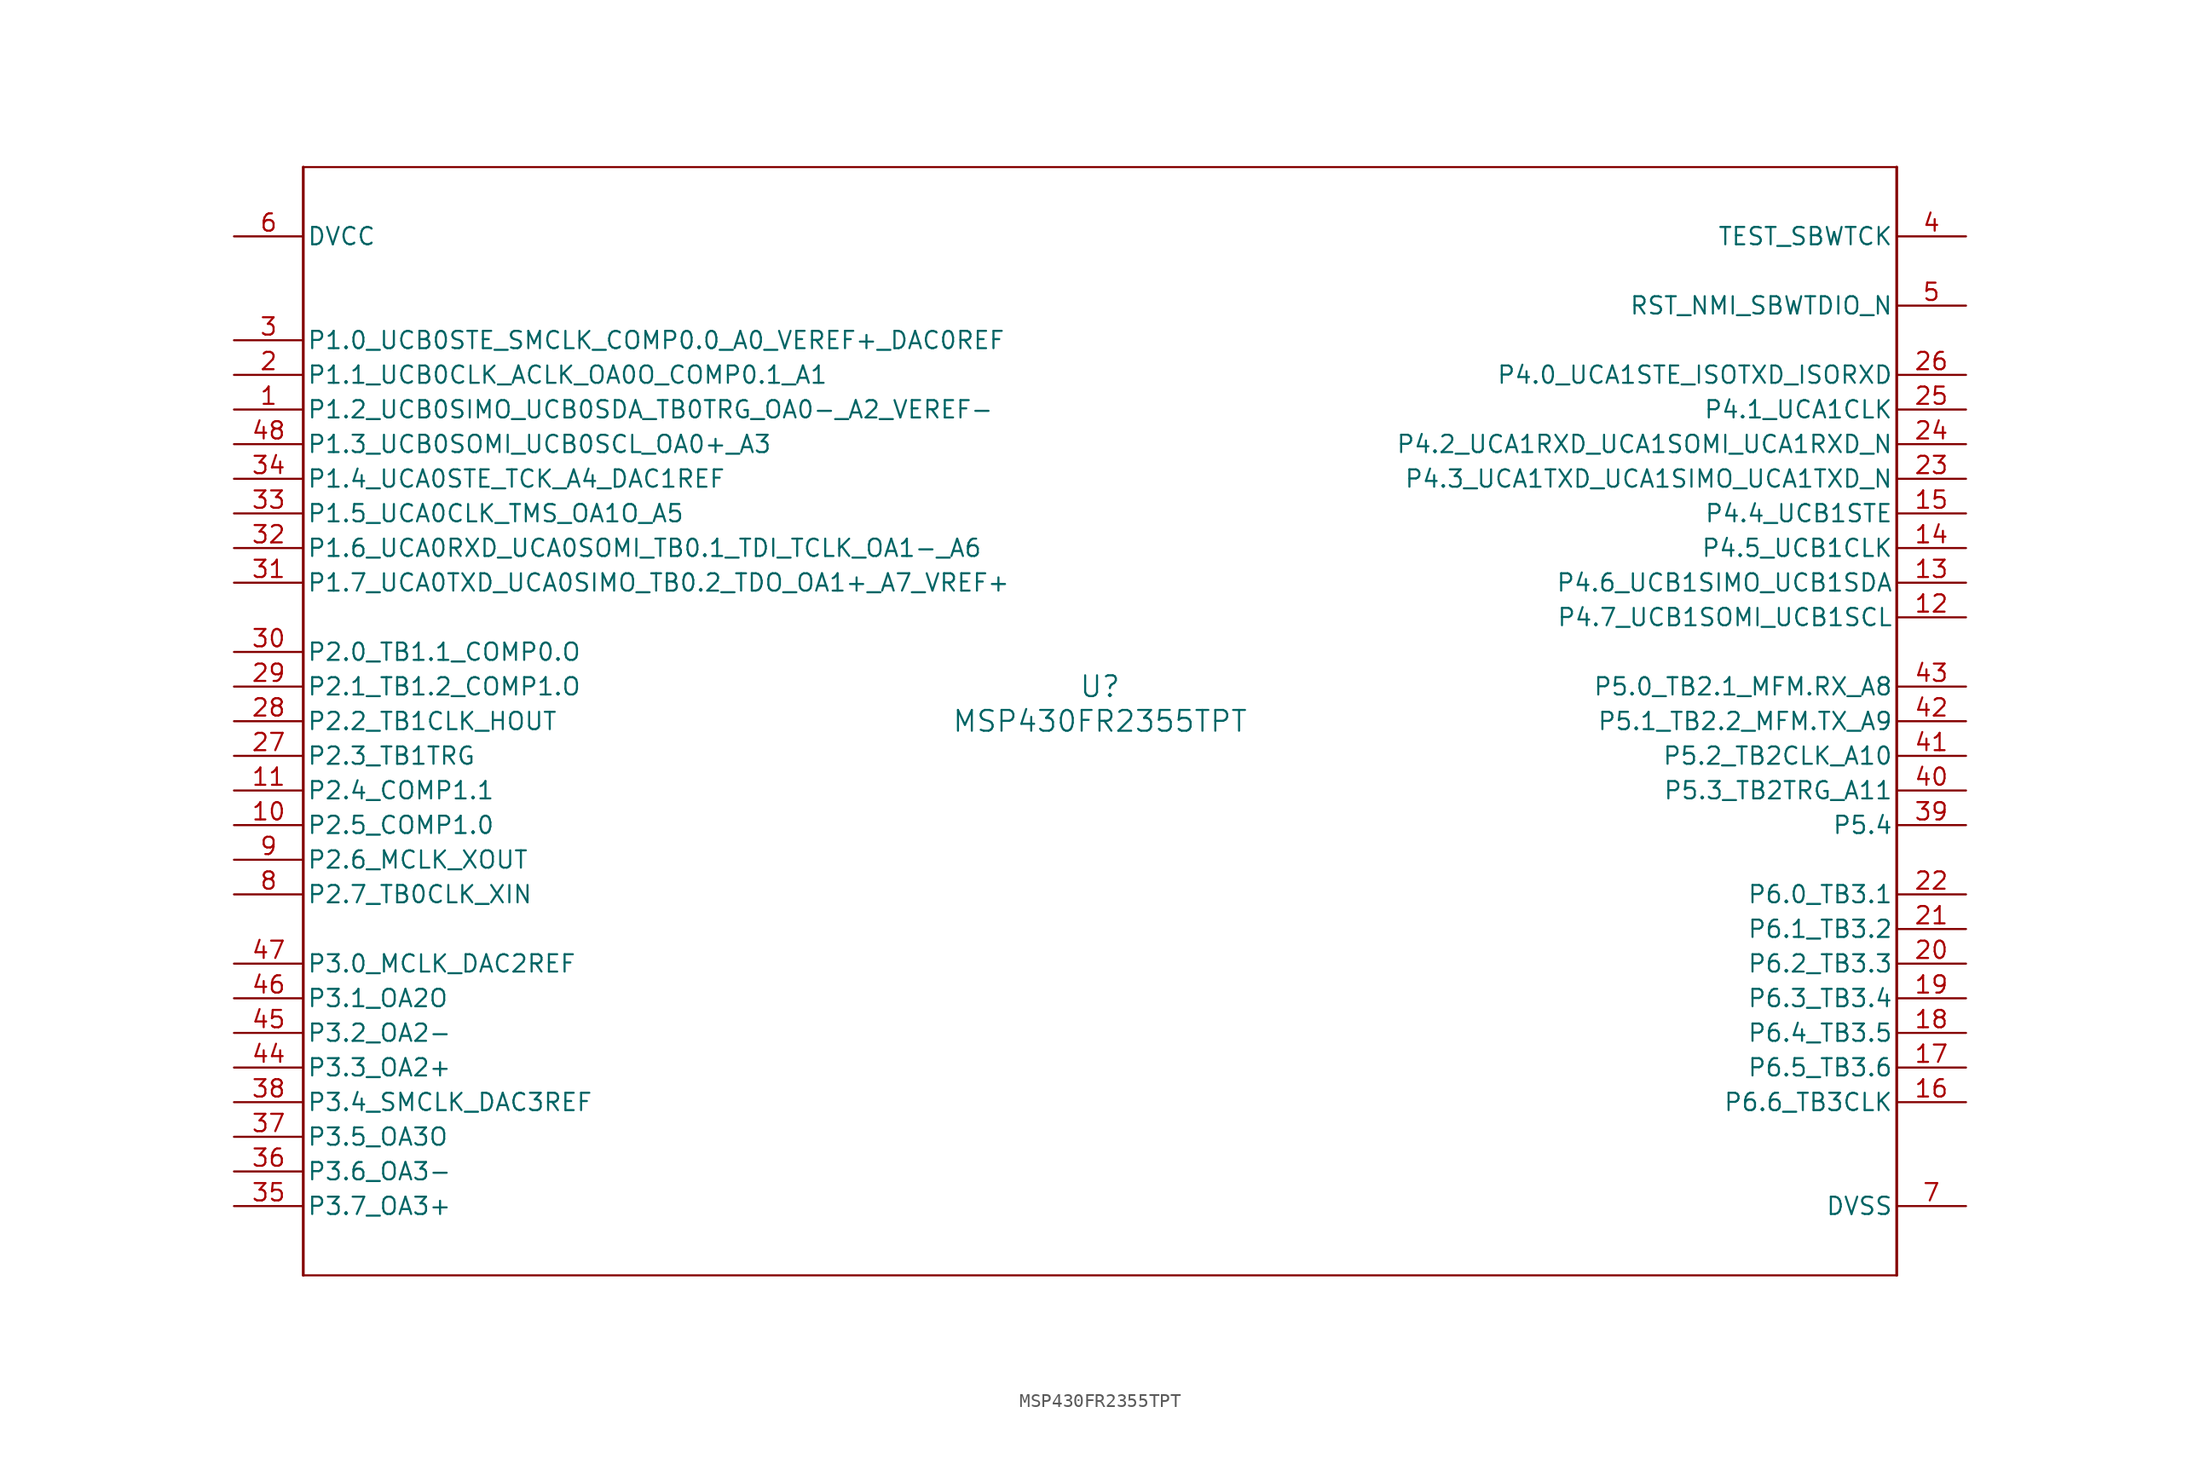
<source format=kicad_sym>
(kicad_symbol_lib
  (version 20220914)
  (generator kicad_symbol_editor)
  (symbol "MSP430FR2355TPT"
    (pin_names
      (offset 0.254))
    (property "Reference" "U"
      (at 0 2.54 0)
      (effects (font (size 1.524 1.524))))
    (property "Value" "MSP430FR2355TPT"
      (at 0 0 0)
      (effects (font (size 1.524 1.524))))
    (symbol "MSP430FR2355TPT_0_1"
      (polyline (pts (xy -58.42 -40.64) (xy 58.42 -40.64)) (stroke (width 0) (type default)) (fill (type none)))
      (polyline (pts (xy -58.42 40.64) (xy -58.42 -40.64)) (stroke (width 0.203) (type default)) (fill (type none)))
      (polyline (pts (xy -58.42 40.64) (xy 58.42 40.64)) (stroke (width 0) (type default)) (fill (type none)))
      (polyline (pts (xy 58.42 -40.64) (xy 58.42 40.64)) (stroke (width 0.203) (type default)) (fill (type none)))
      (pin bidirectional line (at -63.5 22.86 0) (length 5.08) (name "P1.2_UCB0SIMO_UCB0SDA_TB0TRG_OA0-_A2_VEREF-" (effects (font (size 1.27 1.27)))) (number "1" (effects (font (size 1.27 1.27)))))
      (pin bidirectional line (at -63.5 -7.62 0) (length 5.08) (name "P2.5_COMP1.0" (effects (font (size 1.27 1.27)))) (number "10" (effects (font (size 1.27 1.27)))))
      (pin bidirectional line (at -63.5 -5.08 0) (length 5.08) (name "P2.4_COMP1.1" (effects (font (size 1.27 1.27)))) (number "11" (effects (font (size 1.27 1.27)))))
      (pin bidirectional line (at 63.5 7.62 180) (length 5.08) (name "P4.7_UCB1SOMI_UCB1SCL" (effects (font (size 1.27 1.27)))) (number "12" (effects (font (size 1.27 1.27)))))
      (pin bidirectional line (at 63.5 10.16 180) (length 5.08) (name "P4.6_UCB1SIMO_UCB1SDA" (effects (font (size 1.27 1.27)))) (number "13" (effects (font (size 1.27 1.27)))))
      (pin bidirectional line (at 63.5 12.7 180) (length 5.08) (name "P4.5_UCB1CLK" (effects (font (size 1.27 1.27)))) (number "14" (effects (font (size 1.27 1.27)))))
      (pin bidirectional line (at 63.5 15.24 180) (length 5.08) (name "P4.4_UCB1STE" (effects (font (size 1.27 1.27)))) (number "15" (effects (font (size 1.27 1.27)))))
      (pin bidirectional line (at 63.5 -27.94 180) (length 5.08) (name "P6.6_TB3CLK" (effects (font (size 1.27 1.27)))) (number "16" (effects (font (size 1.27 1.27)))))
      (pin bidirectional line (at 63.5 -25.4 180) (length 5.08) (name "P6.5_TB3.6" (effects (font (size 1.27 1.27)))) (number "17" (effects (font (size 1.27 1.27)))))
      (pin bidirectional line (at 63.5 -22.86 180) (length 5.08) (name "P6.4_TB3.5" (effects (font (size 1.27 1.27)))) (number "18" (effects (font (size 1.27 1.27)))))
      (pin bidirectional line (at 63.5 -20.32 180) (length 5.08) (name "P6.3_TB3.4" (effects (font (size 1.27 1.27)))) (number "19" (effects (font (size 1.27 1.27)))))
      (pin bidirectional line (at -63.5 25.4 0) (length 5.08) (name "P1.1_UCB0CLK_ACLK_OA0O_COMP0.1_A1" (effects (font (size 1.27 1.27)))) (number "2" (effects (font (size 1.27 1.27)))))
      (pin bidirectional line (at 63.5 -17.78 180) (length 5.08) (name "P6.2_TB3.3" (effects (font (size 1.27 1.27)))) (number "20" (effects (font (size 1.27 1.27)))))
      (pin bidirectional line (at 63.5 -15.24 180) (length 5.08) (name "P6.1_TB3.2" (effects (font (size 1.27 1.27)))) (number "21" (effects (font (size 1.27 1.27)))))
      (pin bidirectional line (at 63.5 -12.7 180) (length 5.08) (name "P6.0_TB3.1" (effects (font (size 1.27 1.27)))) (number "22" (effects (font (size 1.27 1.27)))))
      (pin bidirectional line (at 63.5 17.78 180) (length 5.08) (name "P4.3_UCA1TXD_UCA1SIMO_UCA1TXD_N" (effects (font (size 1.27 1.27)))) (number "23" (effects (font (size 1.27 1.27)))))
      (pin bidirectional line (at 63.5 20.32 180) (length 5.08) (name "P4.2_UCA1RXD_UCA1SOMI_UCA1RXD_N" (effects (font (size 1.27 1.27)))) (number "24" (effects (font (size 1.27 1.27)))))
      (pin bidirectional line (at 63.5 22.86 180) (length 5.08) (name "P4.1_UCA1CLK" (effects (font (size 1.27 1.27)))) (number "25" (effects (font (size 1.27 1.27)))))
      (pin bidirectional line (at 63.5 25.4 180) (length 5.08) (name "P4.0_UCA1STE_ISOTXD_ISORXD" (effects (font (size 1.27 1.27)))) (number "26" (effects (font (size 1.27 1.27)))))
      (pin bidirectional line (at -63.5 -2.54 0) (length 5.08) (name "P2.3_TB1TRG" (effects (font (size 1.27 1.27)))) (number "27" (effects (font (size 1.27 1.27)))))
      (pin bidirectional line (at -63.5 0 0) (length 5.08) (name "P2.2_TB1CLK_HOUT" (effects (font (size 1.27 1.27)))) (number "28" (effects (font (size 1.27 1.27)))))
      (pin bidirectional line (at -63.5 2.54 0) (length 5.08) (name "P2.1_TB1.2_COMP1.O" (effects (font (size 1.27 1.27)))) (number "29" (effects (font (size 1.27 1.27)))))
      (pin bidirectional line (at -63.5 27.94 0) (length 5.08) (name "P1.0_UCB0STE_SMCLK_COMP0.0_A0_VEREF+_DAC0REF" (effects (font (size 1.27 1.27)))) (number "3" (effects (font (size 1.27 1.27)))))
      (pin bidirectional line (at -63.5 5.08 0) (length 5.08) (name "P2.0_TB1.1_COMP0.O" (effects (font (size 1.27 1.27)))) (number "30" (effects (font (size 1.27 1.27)))))
      (pin bidirectional line (at -63.5 10.16 0) (length 5.08) (name "P1.7_UCA0TXD_UCA0SIMO_TB0.2_TDO_OA1+_A7_VREF+" (effects (font (size 1.27 1.27)))) (number "31" (effects (font (size 1.27 1.27)))))
      (pin bidirectional line (at -63.5 12.7 0) (length 5.08) (name "P1.6_UCA0RXD_UCA0SOMI_TB0.1_TDI_TCLK_OA1-_A6" (effects (font (size 1.27 1.27)))) (number "32" (effects (font (size 1.27 1.27)))))
      (pin bidirectional line (at -63.5 15.24 0) (length 5.08) (name "P1.5_UCA0CLK_TMS_OA1O_A5" (effects (font (size 1.27 1.27)))) (number "33" (effects (font (size 1.27 1.27)))))
      (pin bidirectional line (at -63.5 17.78 0) (length 5.08) (name "P1.4_UCA0STE_TCK_A4_DAC1REF" (effects (font (size 1.27 1.27)))) (number "34" (effects (font (size 1.27 1.27)))))
      (pin bidirectional line (at -63.5 -35.56 0) (length 5.08) (name "P3.7_OA3+" (effects (font (size 1.27 1.27)))) (number "35" (effects (font (size 1.27 1.27)))))
      (pin bidirectional line (at -63.5 -33.02 0) (length 5.08) (name "P3.6_OA3-" (effects (font (size 1.27 1.27)))) (number "36" (effects (font (size 1.27 1.27)))))
      (pin bidirectional line (at -63.5 -30.48 0) (length 5.08) (name "P3.5_OA3O" (effects (font (size 1.27 1.27)))) (number "37" (effects (font (size 1.27 1.27)))))
      (pin bidirectional line (at -63.5 -27.94 0) (length 5.08) (name "P3.4_SMCLK_DAC3REF" (effects (font (size 1.27 1.27)))) (number "38" (effects (font (size 1.27 1.27)))))
      (pin bidirectional line (at 63.5 -7.62 180) (length 5.08) (name "P5.4" (effects (font (size 1.27 1.27)))) (number "39" (effects (font (size 1.27 1.27)))))
      (pin input line (at 63.5 35.56 180) (length 5.08) (name "TEST_SBWTCK" (effects (font (size 1.27 1.27)))) (number "4" (effects (font (size 1.27 1.27)))))
      (pin bidirectional line (at 63.5 -5.08 180) (length 5.08) (name "P5.3_TB2TRG_A11" (effects (font (size 1.27 1.27)))) (number "40" (effects (font (size 1.27 1.27)))))
      (pin bidirectional line (at 63.5 -2.54 180) (length 5.08) (name "P5.2_TB2CLK_A10" (effects (font (size 1.27 1.27)))) (number "41" (effects (font (size 1.27 1.27)))))
      (pin bidirectional line (at 63.5 0 180) (length 5.08) (name "P5.1_TB2.2_MFM.TX_A9" (effects (font (size 1.27 1.27)))) (number "42" (effects (font (size 1.27 1.27)))))
      (pin bidirectional line (at 63.5 2.54 180) (length 5.08) (name "P5.0_TB2.1_MFM.RX_A8" (effects (font (size 1.27 1.27)))) (number "43" (effects (font (size 1.27 1.27)))))
      (pin bidirectional line (at -63.5 -25.4 0) (length 5.08) (name "P3.3_OA2+" (effects (font (size 1.27 1.27)))) (number "44" (effects (font (size 1.27 1.27)))))
      (pin bidirectional line (at -63.5 -22.86 0) (length 5.08) (name "P3.2_OA2-" (effects (font (size 1.27 1.27)))) (number "45" (effects (font (size 1.27 1.27)))))
      (pin bidirectional line (at -63.5 -20.32 0) (length 5.08) (name "P3.1_OA2O" (effects (font (size 1.27 1.27)))) (number "46" (effects (font (size 1.27 1.27)))))
      (pin bidirectional line (at -63.5 -17.78 0) (length 5.08) (name "P3.0_MCLK_DAC2REF" (effects (font (size 1.27 1.27)))) (number "47" (effects (font (size 1.27 1.27)))))
      (pin bidirectional line (at -63.5 20.32 0) (length 5.08) (name "P1.3_UCB0SOMI_UCB0SCL_OA0+_A3" (effects (font (size 1.27 1.27)))) (number "48" (effects (font (size 1.27 1.27)))))
      (pin bidirectional line (at 63.5 30.48 180) (length 5.08) (name "RST_NMI_SBWTDIO_N" (effects (font (size 1.27 1.27)))) (number "5" (effects (font (size 1.27 1.27)))))
      (pin power_in line (at -63.5 35.56 0) (length 5.08) (name "DVCC" (effects (font (size 1.27 1.27)))) (number "6" (effects (font (size 1.27 1.27)))))
      (pin power_in line (at 63.5 -35.56 180) (length 5.08) (name "DVSS" (effects (font (size 1.27 1.27)))) (number "7" (effects (font (size 1.27 1.27)))))
      (pin bidirectional line (at -63.5 -12.7 0) (length 5.08) (name "P2.7_TB0CLK_XIN" (effects (font (size 1.27 1.27)))) (number "8" (effects (font (size 1.27 1.27)))))
      (pin bidirectional line (at -63.5 -10.16 0) (length 5.08) (name "P2.6_MCLK_XOUT" (effects (font (size 1.27 1.27)))) (number "9" (effects (font (size 1.27 1.27))))))))
</source>
